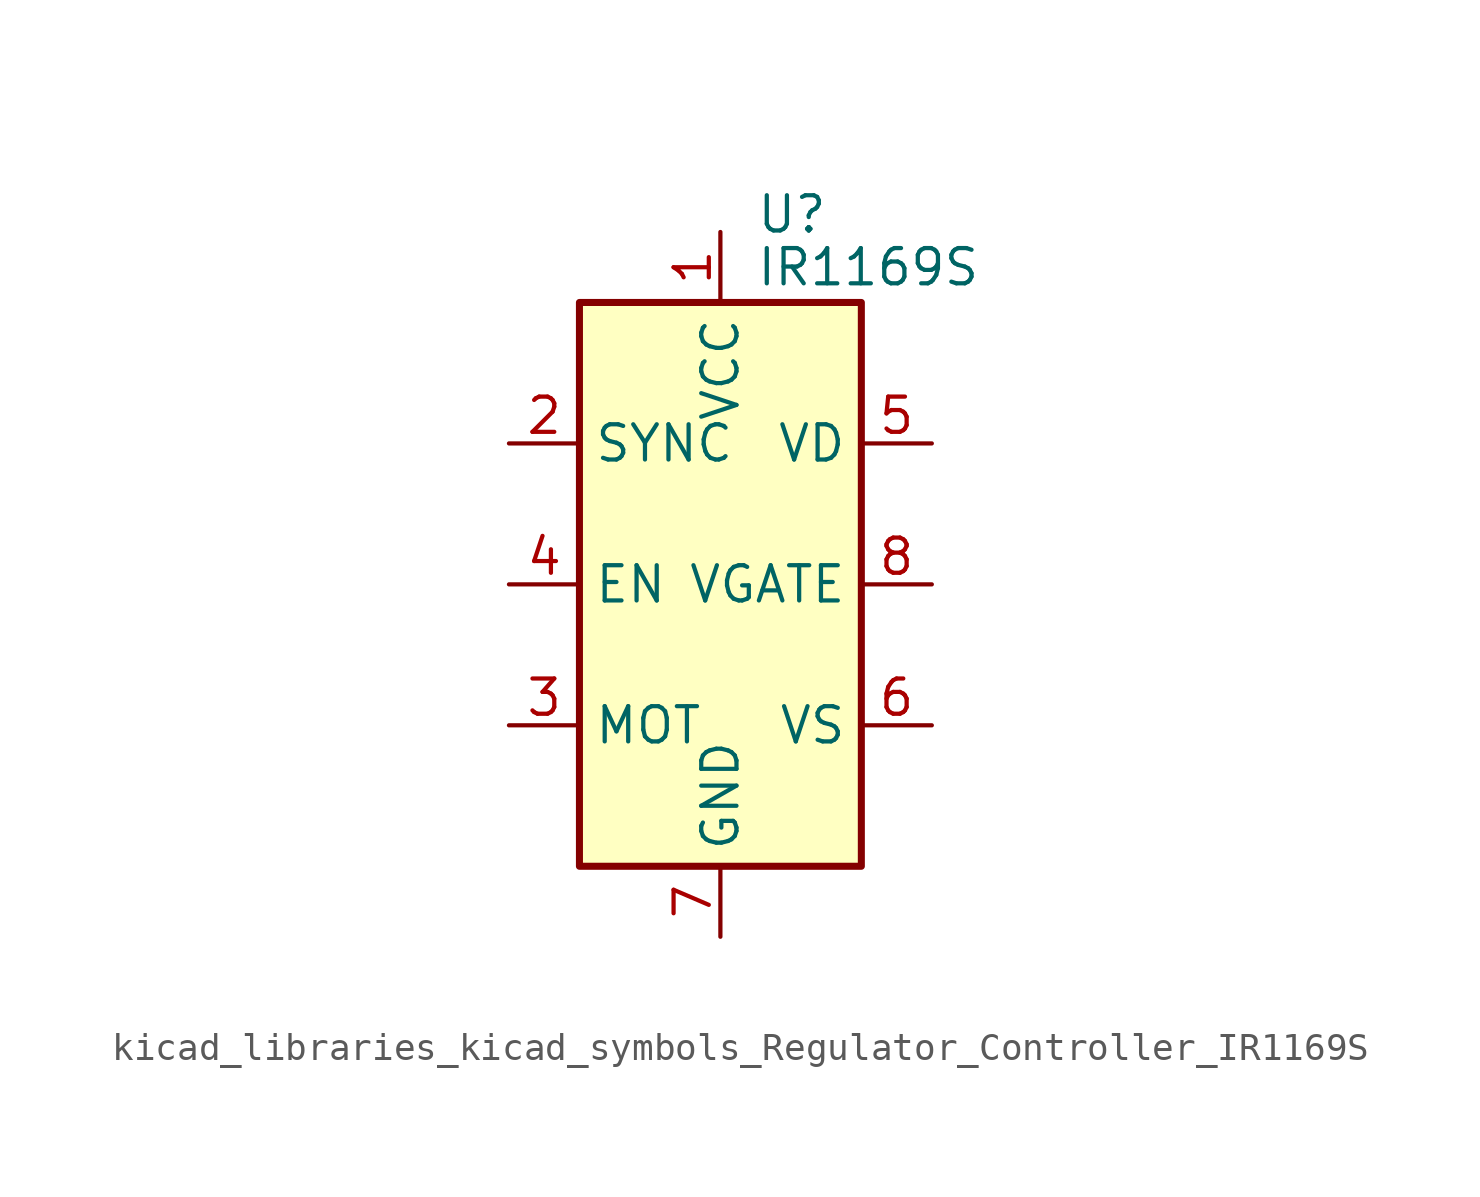
<source format=kicad_sym>
(kicad_symbol_lib
  (version 20220914)
  (generator kicad_symbol_editor)
  (symbol "kicad_libraries_kicad_symbols_Regulator_Controller_IR1169S"
    (property "Reference" "U"
      (at 1.27 13.335 0)
      (effects (font (size 1.27 1.27)) (justify left)))
    (property "Value" "IR1169S"
      (at 1.27 11.43 0)
      (effects (font (size 1.27 1.27)) (justify left)))
    (symbol "kicad_libraries_kicad_symbols_Regulator_Controller_IR1169S_0_1"
      (rectangle (start -5.08 -10.16) (end 5.08 10.16) (stroke (width 0.254) (type default)) (fill (type background))))
    (symbol "kicad_libraries_kicad_symbols_Regulator_Controller_IR1169S_1_1"
      (pin power_in line (at 0 12.7 270) (length 2.54) (name "VCC" (effects (font (size 1.27 1.27)))) (number "1" (effects (font (size 1.27 1.27)))))
      (pin input line (at -7.62 5.08 0) (length 2.54) (name "SYNC" (effects (font (size 1.27 1.27)))) (number "2" (effects (font (size 1.27 1.27)))))
      (pin passive line (at -7.62 -5.08 0) (length 2.54) (name "MOT" (effects (font (size 1.27 1.27)))) (number "3" (effects (font (size 1.27 1.27)))))
      (pin input line (at -7.62 0 0) (length 2.54) (name "EN" (effects (font (size 1.27 1.27)))) (number "4" (effects (font (size 1.27 1.27)))))
      (pin input line (at 7.62 5.08 180) (length 2.54) (name "VD" (effects (font (size 1.27 1.27)))) (number "5" (effects (font (size 1.27 1.27)))))
      (pin input line (at 7.62 -5.08 180) (length 2.54) (name "VS" (effects (font (size 1.27 1.27)))) (number "6" (effects (font (size 1.27 1.27)))))
      (pin power_in line (at 0 -12.7 90) (length 2.54) (name "GND" (effects (font (size 1.27 1.27)))) (number "7" (effects (font (size 1.27 1.27)))))
      (pin output line (at 7.62 0 180) (length 2.54) (name "VGATE" (effects (font (size 1.27 1.27)))) (number "8" (effects (font (size 1.27 1.27))))))))
</source>
